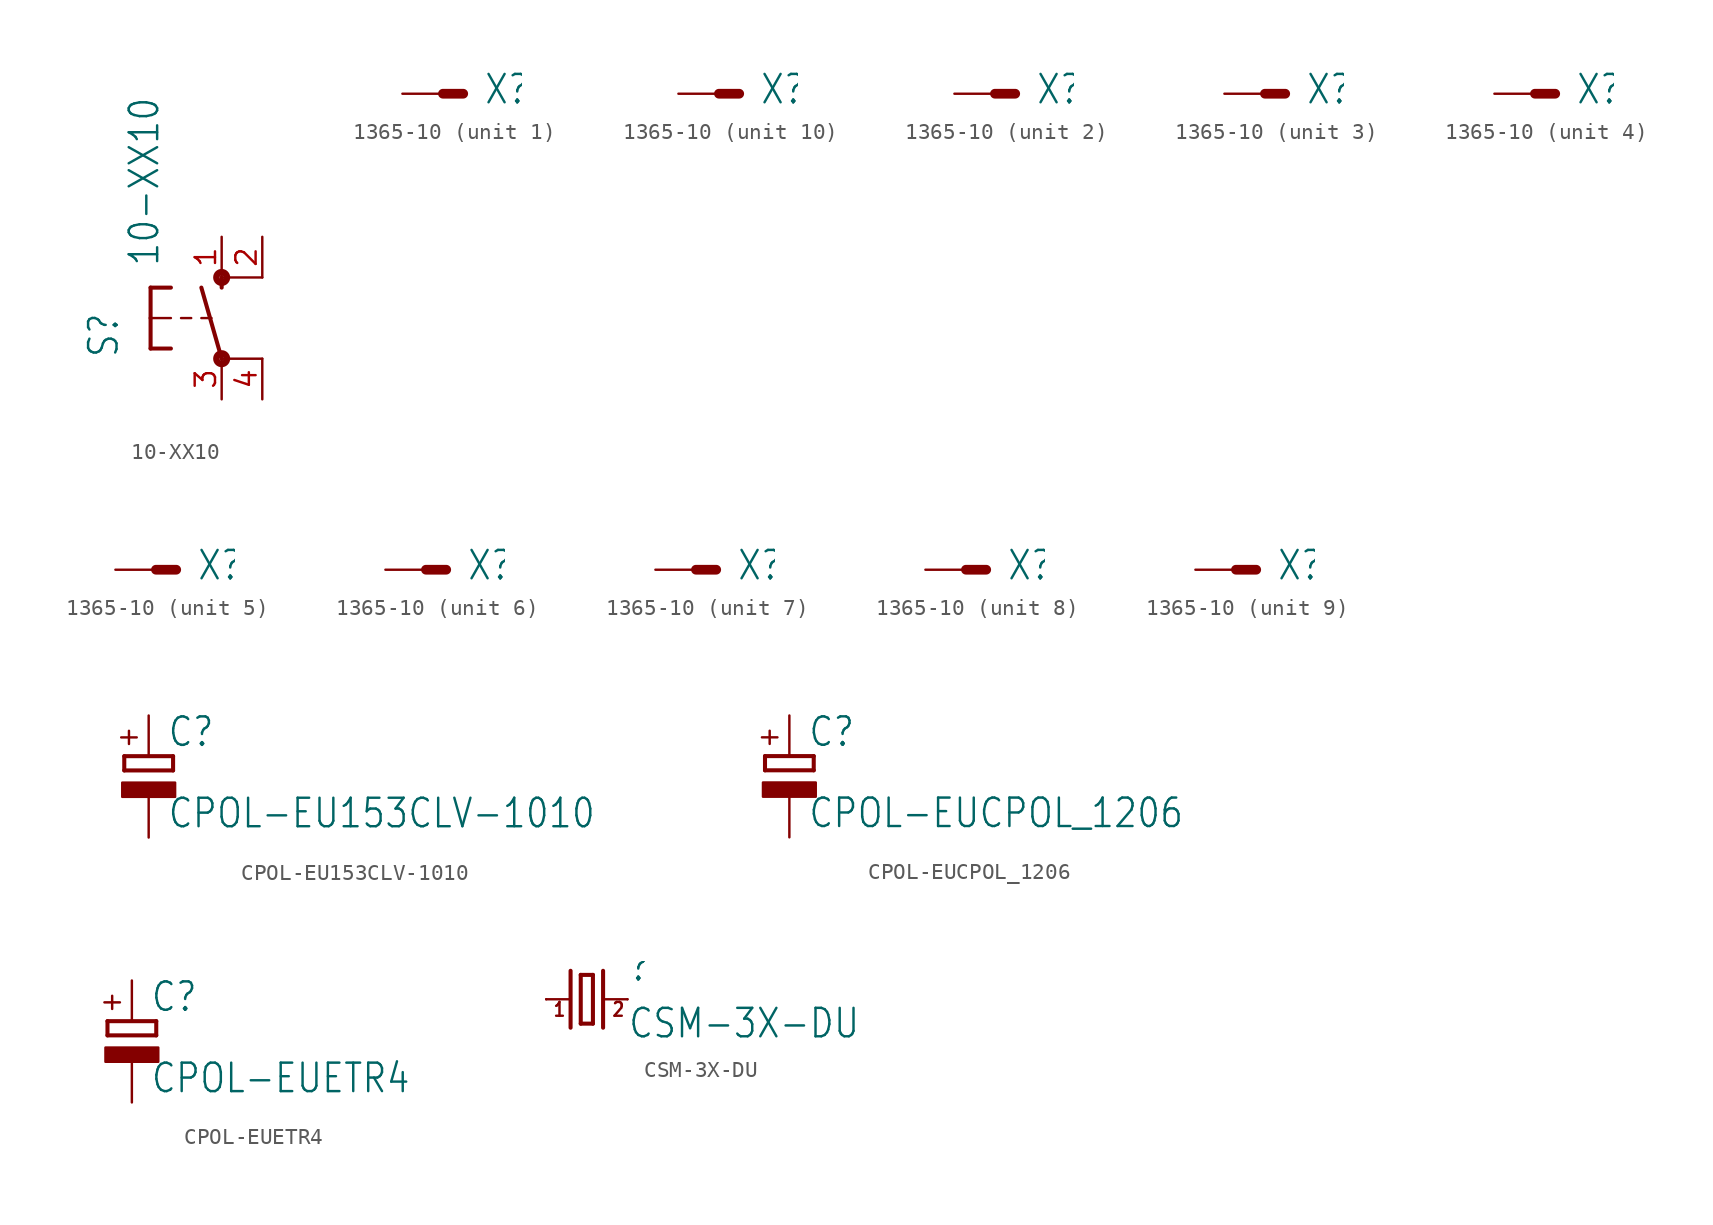
<source format=kicad_sym>
(kicad_symbol_lib
  (version 20211014)
  (generator kicad_symbol_editor)
  (symbol "10-XX10"
    (property "Reference" "S"
      (at -6.35 -2.54 90)
      (effects (font (size 1.778 1.511)) (justify left bottom)))
    (property "Value" "10-XX10"
      (at -3.81 3.175 90)
      (effects (font (size 1.778 1.511)) (justify left bottom)))
    (property "ki_locked" ""
      (at 0 0 0)
      (effects (font (size 1.27 1.27))))
    (symbol "10-XX10_1_0"
      (circle (center 0 -2.54) (radius 0.127) (stroke (width 0.406) (type default) (color 0 0 0 0)) (fill (type none)))
      (polyline (pts (xy -4.445 -1.905) (xy -3.175 -1.905)) (stroke (width 0.254) (type default) (color 0 0 0 0)) (fill (type none)))
      (polyline (pts (xy -4.445 0) (xy -4.445 -1.905)) (stroke (width 0.254) (type default) (color 0 0 0 0)) (fill (type none)))
      (polyline (pts (xy -4.445 0) (xy -3.175 0)) (stroke (width 0.152) (type default) (color 0 0 0 0)) (fill (type none)))
      (polyline (pts (xy -4.445 1.905) (xy -4.445 0)) (stroke (width 0.254) (type default) (color 0 0 0 0)) (fill (type none)))
      (polyline (pts (xy -4.445 1.905) (xy -3.175 1.905)) (stroke (width 0.254) (type default) (color 0 0 0 0)) (fill (type none)))
      (polyline (pts (xy -2.54 0) (xy -1.905 0)) (stroke (width 0.152) (type default) (color 0 0 0 0)) (fill (type none)))
      (polyline (pts (xy -1.27 0) (xy -0.635 0)) (stroke (width 0.152) (type default) (color 0 0 0 0)) (fill (type none)))
      (polyline (pts (xy 0 -2.54) (xy -1.27 1.905)) (stroke (width 0.254) (type default) (color 0 0 0 0)) (fill (type none)))
      (polyline (pts (xy 0 1.905) (xy 0 2.54)) (stroke (width 0.254) (type default) (color 0 0 0 0)) (fill (type none)))
      (polyline (pts (xy 2.54 -2.54) (xy 0 -2.54)) (stroke (width 0.152) (type default) (color 0 0 0 0)) (fill (type none)))
      (polyline (pts (xy 2.54 2.54) (xy 0 2.54)) (stroke (width 0.152) (type default) (color 0 0 0 0)) (fill (type none)))
      (circle (center 0 2.54) (radius 0.127) (stroke (width 0.406) (type default) (color 0 0 0 0)) (fill (type none)))
      (pin passive line (at 0 5.08 270) (length 2.54) (name "S" (effects (font (size 0 0)))) (number "1" (effects (font (size 1.27 1.27)))))
      (pin passive line (at 2.54 5.08 270) (length 2.54) (name "S1" (effects (font (size 0 0)))) (number "2" (effects (font (size 1.27 1.27)))))
      (pin passive line (at 0 -5.08 90) (length 2.54) (name "P" (effects (font (size 0 0)))) (number "3" (effects (font (size 1.27 1.27)))))
      (pin passive line (at 2.54 -5.08 90) (length 2.54) (name "P1" (effects (font (size 0 0)))) (number "4" (effects (font (size 1.27 1.27)))))))
  (symbol "1365-10"
    (property "Reference" "X"
      (at 2.54 -0.762 0)
      (effects (font (size 1.778 1.511)) (justify left bottom)))
    (property "ki_locked" ""
      (at 0 0 0)
      (effects (font (size 1.27 1.27))))
    (symbol "1365-10_1_0"
      (polyline (pts (xy 0 0) (xy 1.27 0)) (stroke (width 0.61) (type default) (color 0 0 0 0)) (fill (type none)))
      (pin passive line (at -2.54 0 0) (length 2.54) (name "S" (effects (font (size 0 0)))) (number "1" (effects (font (size 0 0))))))
    (symbol "1365-10_2_0"
      (polyline (pts (xy 0 0) (xy 1.27 0)) (stroke (width 0.61) (type default) (color 0 0 0 0)) (fill (type none)))
      (pin passive line (at -2.54 0 0) (length 2.54) (name "S" (effects (font (size 0 0)))) (number "2" (effects (font (size 0 0))))))
    (symbol "1365-10_3_0"
      (polyline (pts (xy 0 0) (xy 1.27 0)) (stroke (width 0.61) (type default) (color 0 0 0 0)) (fill (type none)))
      (pin passive line (at -2.54 0 0) (length 2.54) (name "S" (effects (font (size 0 0)))) (number "3" (effects (font (size 0 0))))))
    (symbol "1365-10_4_0"
      (polyline (pts (xy 0 0) (xy 1.27 0)) (stroke (width 0.61) (type default) (color 0 0 0 0)) (fill (type none)))
      (pin passive line (at -2.54 0 0) (length 2.54) (name "S" (effects (font (size 0 0)))) (number "4" (effects (font (size 0 0))))))
    (symbol "1365-10_5_0"
      (polyline (pts (xy 0 0) (xy 1.27 0)) (stroke (width 0.61) (type default) (color 0 0 0 0)) (fill (type none)))
      (pin passive line (at -2.54 0 0) (length 2.54) (name "S" (effects (font (size 0 0)))) (number "5" (effects (font (size 0 0))))))
    (symbol "1365-10_6_0"
      (polyline (pts (xy 0 0) (xy 1.27 0)) (stroke (width 0.61) (type default) (color 0 0 0 0)) (fill (type none)))
      (pin passive line (at -2.54 0 0) (length 2.54) (name "S" (effects (font (size 0 0)))) (number "6" (effects (font (size 0 0))))))
    (symbol "1365-10_7_0"
      (polyline (pts (xy 0 0) (xy 1.27 0)) (stroke (width 0.61) (type default) (color 0 0 0 0)) (fill (type none)))
      (pin passive line (at -2.54 0 0) (length 2.54) (name "S" (effects (font (size 0 0)))) (number "7" (effects (font (size 0 0))))))
    (symbol "1365-10_8_0"
      (polyline (pts (xy 0 0) (xy 1.27 0)) (stroke (width 0.61) (type default) (color 0 0 0 0)) (fill (type none)))
      (pin passive line (at -2.54 0 0) (length 2.54) (name "S" (effects (font (size 0 0)))) (number "8" (effects (font (size 0 0))))))
    (symbol "1365-10_9_0"
      (polyline (pts (xy 0 0) (xy 1.27 0)) (stroke (width 0.61) (type default) (color 0 0 0 0)) (fill (type none)))
      (pin passive line (at -2.54 0 0) (length 2.54) (name "S" (effects (font (size 0 0)))) (number "9" (effects (font (size 0 0))))))
    (symbol "1365-10_10_0"
      (polyline (pts (xy 0 0) (xy 1.27 0)) (stroke (width 0.61) (type default) (color 0 0 0 0)) (fill (type none)))
      (pin passive line (at -2.54 0 0) (length 2.54) (name "S" (effects (font (size 0 0)))) (number "10" (effects (font (size 0 0)))))))
  (symbol "CPOL-EU153CLV-1010"
    (property "Reference" "C"
      (at 1.143 0.483 0)
      (effects (font (size 1.778 1.511)) (justify left bottom)))
    (property "Value" "CPOL-EU153CLV-1010"
      (at 1.143 -4.597 0)
      (effects (font (size 1.778 1.511)) (justify left bottom)))
    (property "ki_locked" ""
      (at 0 0 0)
      (effects (font (size 1.27 1.27))))
    (symbol "CPOL-EU153CLV-1010_1_0"
      (rectangle (start -1.651 -2.54) (end 1.651 -1.651) (stroke (width 0) (type default) (color 0 0 0 0)) (fill (type outline)))
      (polyline (pts (xy -1.524 -0.889) (xy 1.524 -0.889)) (stroke (width 0.254) (type default) (color 0 0 0 0)) (fill (type none)))
      (polyline (pts (xy -1.524 0) (xy -1.524 -0.889)) (stroke (width 0.254) (type default) (color 0 0 0 0)) (fill (type none)))
      (polyline (pts (xy -1.524 0) (xy 1.524 0)) (stroke (width 0.254) (type default) (color 0 0 0 0)) (fill (type none)))
      (polyline (pts (xy 1.524 -0.889) (xy 1.524 0)) (stroke (width 0.254) (type default) (color 0 0 0 0)) (fill (type none)))
      (text "+" (at -0.584 0.406 900) (effects (font (size 1.27 1.079)) (justify left bottom)))
      (pin passive line (at 0 2.54 270) (length 2.54) (name "+" (effects (font (size 0 0)))) (number "+" (effects (font (size 0 0)))))
      (pin passive line (at 0 -5.08 90) (length 2.54) (name "-" (effects (font (size 0 0)))) (number "-" (effects (font (size 0 0)))))))
  (symbol "CPOL-EUCPOL_1206"
    (property "Reference" "C"
      (at 1.143 0.483 0)
      (effects (font (size 1.778 1.511)) (justify left bottom)))
    (property "Value" "CPOL-EUCPOL_1206"
      (at 1.143 -4.597 0)
      (effects (font (size 1.778 1.511)) (justify left bottom)))
    (property "ki_locked" ""
      (at 0 0 0)
      (effects (font (size 1.27 1.27))))
    (symbol "CPOL-EUCPOL_1206_1_0"
      (rectangle (start -1.651 -2.54) (end 1.651 -1.651) (stroke (width 0) (type default) (color 0 0 0 0)) (fill (type outline)))
      (polyline (pts (xy -1.524 -0.889) (xy 1.524 -0.889)) (stroke (width 0.254) (type default) (color 0 0 0 0)) (fill (type none)))
      (polyline (pts (xy -1.524 0) (xy -1.524 -0.889)) (stroke (width 0.254) (type default) (color 0 0 0 0)) (fill (type none)))
      (polyline (pts (xy -1.524 0) (xy 1.524 0)) (stroke (width 0.254) (type default) (color 0 0 0 0)) (fill (type none)))
      (polyline (pts (xy 1.524 -0.889) (xy 1.524 0)) (stroke (width 0.254) (type default) (color 0 0 0 0)) (fill (type none)))
      (text "+" (at -0.584 0.406 900) (effects (font (size 1.27 1.079)) (justify left bottom)))
      (pin passive line (at 0 2.54 270) (length 2.54) (name "+" (effects (font (size 0 0)))) (number "+" (effects (font (size 0 0)))))
      (pin passive line (at 0 -5.08 90) (length 2.54) (name "-" (effects (font (size 0 0)))) (number "-" (effects (font (size 0 0)))))))
  (symbol "CPOL-EUETR4"
    (property "Reference" "C"
      (at 1.143 0.483 0)
      (effects (font (size 1.778 1.511)) (justify left bottom)))
    (property "Value" "CPOL-EUETR4"
      (at 1.143 -4.597 0)
      (effects (font (size 1.778 1.511)) (justify left bottom)))
    (property "ki_locked" ""
      (at 0 0 0)
      (effects (font (size 1.27 1.27))))
    (symbol "CPOL-EUETR4_1_0"
      (rectangle (start -1.651 -2.54) (end 1.651 -1.651) (stroke (width 0) (type default) (color 0 0 0 0)) (fill (type outline)))
      (polyline (pts (xy -1.524 -0.889) (xy 1.524 -0.889)) (stroke (width 0.254) (type default) (color 0 0 0 0)) (fill (type none)))
      (polyline (pts (xy -1.524 0) (xy -1.524 -0.889)) (stroke (width 0.254) (type default) (color 0 0 0 0)) (fill (type none)))
      (polyline (pts (xy -1.524 0) (xy 1.524 0)) (stroke (width 0.254) (type default) (color 0 0 0 0)) (fill (type none)))
      (polyline (pts (xy 1.524 -0.889) (xy 1.524 0)) (stroke (width 0.254) (type default) (color 0 0 0 0)) (fill (type none)))
      (text "+" (at -0.584 0.406 900) (effects (font (size 1.27 1.079)) (justify left bottom)))
      (pin passive line (at 0 2.54 270) (length 2.54) (name "+" (effects (font (size 0 0)))) (number "+" (effects (font (size 0 0)))))
      (pin passive line (at 0 -5.08 90) (length 2.54) (name "-" (effects (font (size 0 0)))) (number "-" (effects (font (size 0 0)))))))
  (symbol "CSM-3X-DU"
    (property "Reference" ""
      (at 2.54 1.016 0)
      (effects (font (size 1.778 1.511)) (justify left bottom)))
    (property "Value" "CSM-3X-DU"
      (at 2.54 -2.54 0)
      (effects (font (size 1.778 1.511)) (justify left bottom)))
    (property "ki_locked" ""
      (at 0 0 0)
      (effects (font (size 1.27 1.27))))
    (symbol "CSM-3X-DU_1_0"
      (polyline (pts (xy -2.54 0) (xy -1.016 0)) (stroke (width 0.152) (type default) (color 0 0 0 0)) (fill (type none)))
      (polyline (pts (xy -1.016 1.778) (xy -1.016 -1.778)) (stroke (width 0.254) (type default) (color 0 0 0 0)) (fill (type none)))
      (polyline (pts (xy -0.381 -1.524) (xy 0.381 -1.524)) (stroke (width 0.254) (type default) (color 0 0 0 0)) (fill (type none)))
      (polyline (pts (xy -0.381 1.524) (xy -0.381 -1.524)) (stroke (width 0.254) (type default) (color 0 0 0 0)) (fill (type none)))
      (polyline (pts (xy 0.381 -1.524) (xy 0.381 1.524)) (stroke (width 0.254) (type default) (color 0 0 0 0)) (fill (type none)))
      (polyline (pts (xy 0.381 1.524) (xy -0.381 1.524)) (stroke (width 0.254) (type default) (color 0 0 0 0)) (fill (type none)))
      (polyline (pts (xy 1.016 0) (xy 2.54 0)) (stroke (width 0.152) (type default) (color 0 0 0 0)) (fill (type none)))
      (polyline (pts (xy 1.016 1.778) (xy 1.016 -1.778)) (stroke (width 0.254) (type default) (color 0 0 0 0)) (fill (type none)))
      (text "1" (at -2.159 -1.143 0) (effects (font (size 0.864 0.734)) (justify left bottom)))
      (text "2" (at 1.524 -1.143 0) (effects (font (size 0.864 0.734)) (justify left bottom)))
      (pin passive line (at -2.54 0 0) (length 0) (name "1" (effects (font (size 0 0)))) (number "1" (effects (font (size 0 0)))))
      (pin passive line (at 2.54 0 180) (length 0) (name "2" (effects (font (size 0 0)))) (number "2" (effects (font (size 0 0))))))))
</source>
